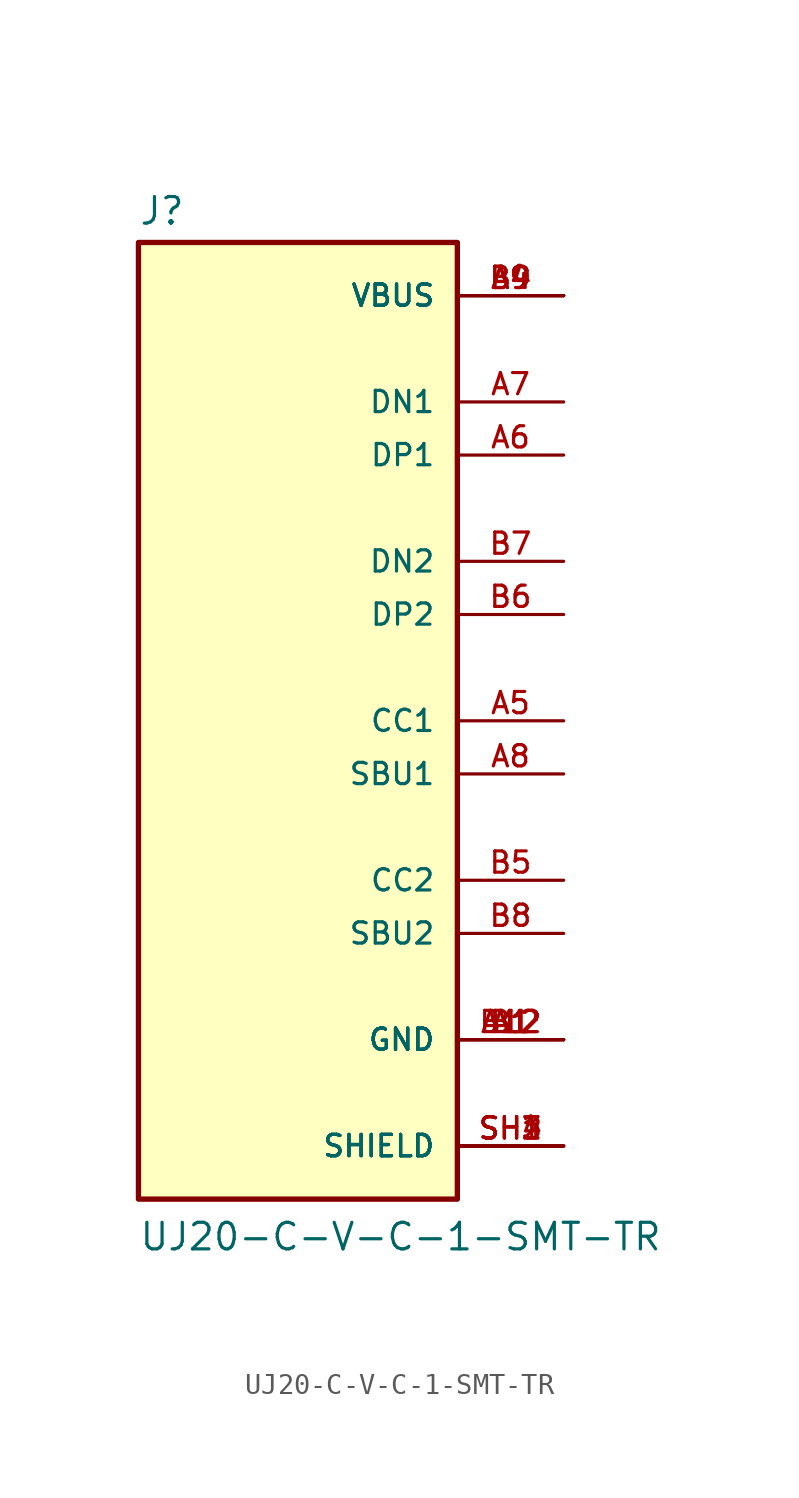
<source format=kicad_sym>
(kicad_symbol_lib
  (version 20211014)
  (generator kicad_symbol_editor)
  (symbol "UJ20-C-V-C-1-SMT-TR"
    (pin_names
      (offset 1.016))
    (property "Reference" "J"
      (at -7.62 23.622 0)
      (effects (font (size 1.27 1.27)) (justify bottom left)))
    (property "Value" "UJ20-C-V-C-1-SMT-TR"
      (at -7.62 -25.4 0)
      (effects (font (size 1.27 1.27)) (justify bottom left)))
    (symbol "UJ20-C-V-C-1-SMT-TR_0_0"
      (rectangle (start -7.62 -22.86) (end 7.62 22.86) (stroke (width 0.254)) (fill (type background)))
      (pin passive line (at 12.7 20.32 180.0) (length 5.08) (name "VBUS" (effects (font (size 1.016 1.016)))) (number "A4" (effects (font (size 1.016 1.016)))))
      (pin passive line (at 12.7 20.32 180.0) (length 5.08) (name "VBUS" (effects (font (size 1.016 1.016)))) (number "A9" (effects (font (size 1.016 1.016)))))
      (pin passive line (at 12.7 20.32 180.0) (length 5.08) (name "VBUS" (effects (font (size 1.016 1.016)))) (number "B4" (effects (font (size 1.016 1.016)))))
      (pin passive line (at 12.7 20.32 180.0) (length 5.08) (name "VBUS" (effects (font (size 1.016 1.016)))) (number "B9" (effects (font (size 1.016 1.016)))))
      (pin passive line (at 12.7 -20.32 180.0) (length 5.08) (name "SHIELD" (effects (font (size 1.016 1.016)))) (number "SH1" (effects (font (size 1.016 1.016)))))
      (pin passive line (at 12.7 -20.32 180.0) (length 5.08) (name "SHIELD" (effects (font (size 1.016 1.016)))) (number "SH2" (effects (font (size 1.016 1.016)))))
      (pin passive line (at 12.7 -20.32 180.0) (length 5.08) (name "SHIELD" (effects (font (size 1.016 1.016)))) (number "SH3" (effects (font (size 1.016 1.016)))))
      (pin passive line (at 12.7 -20.32 180.0) (length 5.08) (name "SHIELD" (effects (font (size 1.016 1.016)))) (number "SH4" (effects (font (size 1.016 1.016)))))
      (pin passive line (at 12.7 15.24 180.0) (length 5.08) (name "DN1" (effects (font (size 1.016 1.016)))) (number "A7" (effects (font (size 1.016 1.016)))))
      (pin passive line (at 12.7 12.7 180.0) (length 5.08) (name "DP1" (effects (font (size 1.016 1.016)))) (number "A6" (effects (font (size 1.016 1.016)))))
      (pin passive line (at 12.7 7.62 180.0) (length 5.08) (name "DN2" (effects (font (size 1.016 1.016)))) (number "B7" (effects (font (size 1.016 1.016)))))
      (pin passive line (at 12.7 5.08 180.0) (length 5.08) (name "DP2" (effects (font (size 1.016 1.016)))) (number "B6" (effects (font (size 1.016 1.016)))))
      (pin passive line (at 12.7 -15.24 180.0) (length 5.08) (name "GND" (effects (font (size 1.016 1.016)))) (number "A1" (effects (font (size 1.016 1.016)))))
      (pin passive line (at 12.7 -15.24 180.0) (length 5.08) (name "GND" (effects (font (size 1.016 1.016)))) (number "A12" (effects (font (size 1.016 1.016)))))
      (pin passive line (at 12.7 -15.24 180.0) (length 5.08) (name "GND" (effects (font (size 1.016 1.016)))) (number "B1" (effects (font (size 1.016 1.016)))))
      (pin passive line (at 12.7 -15.24 180.0) (length 5.08) (name "GND" (effects (font (size 1.016 1.016)))) (number "B12" (effects (font (size 1.016 1.016)))))
      (pin passive line (at 12.7 0.0 180.0) (length 5.08) (name "CC1" (effects (font (size 1.016 1.016)))) (number "A5" (effects (font (size 1.016 1.016)))))
      (pin passive line (at 12.7 -2.54 180.0) (length 5.08) (name "SBU1" (effects (font (size 1.016 1.016)))) (number "A8" (effects (font (size 1.016 1.016)))))
      (pin passive line (at 12.7 -7.62 180.0) (length 5.08) (name "CC2" (effects (font (size 1.016 1.016)))) (number "B5" (effects (font (size 1.016 1.016)))))
      (pin passive line (at 12.7 -10.16 180.0) (length 5.08) (name "SBU2" (effects (font (size 1.016 1.016)))) (number "B8" (effects (font (size 1.016 1.016))))))))
</source>
